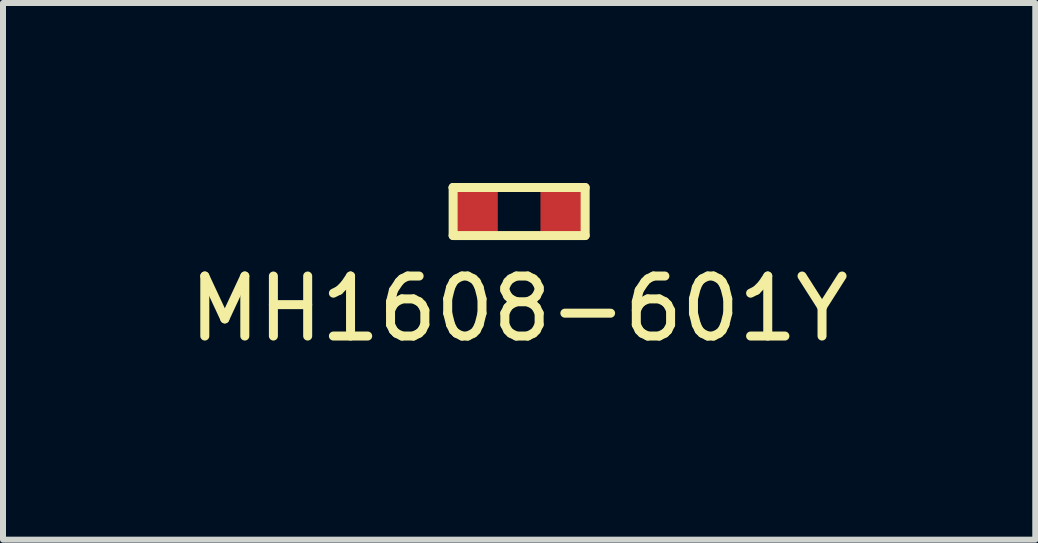
<source format=kicad_pcb>
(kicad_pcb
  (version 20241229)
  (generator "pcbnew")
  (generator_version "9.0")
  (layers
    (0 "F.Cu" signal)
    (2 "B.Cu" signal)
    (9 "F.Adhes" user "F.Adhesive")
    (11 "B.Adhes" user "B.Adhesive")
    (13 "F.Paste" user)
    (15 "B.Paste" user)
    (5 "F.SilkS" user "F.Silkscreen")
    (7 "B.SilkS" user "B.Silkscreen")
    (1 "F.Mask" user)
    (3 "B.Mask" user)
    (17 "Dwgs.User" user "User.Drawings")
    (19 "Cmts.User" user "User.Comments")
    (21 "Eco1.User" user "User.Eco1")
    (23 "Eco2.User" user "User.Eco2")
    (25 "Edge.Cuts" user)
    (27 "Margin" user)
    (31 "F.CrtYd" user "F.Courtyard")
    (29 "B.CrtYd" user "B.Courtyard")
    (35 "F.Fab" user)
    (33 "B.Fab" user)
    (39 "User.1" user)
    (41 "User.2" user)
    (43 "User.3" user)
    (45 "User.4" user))
  (footprint "MH1608-601Y"
    (layer "F.Cu")
    (at 5.601 0.475)
    (property "Reference" "MH1608-601Y" (at 0 1.62 0) (layer "F.SilkS") (effects (font (size 1 1) (thickness 0.15))))
    (attr through_hole)
    (fp_line (start -1.1 -0.4) (end -1.1 -0.4) (stroke (width 0.15) (type solid)) (layer "F.SilkS"))
    (fp_line (start -1.1 -0.4) (end 1.1 -0.4) (stroke (width 0.15) (type solid)) (layer "F.SilkS"))
    (fp_line (start -1.1 0.4) (end -1.1 -0.4) (stroke (width 0.15) (type solid)) (layer "F.SilkS"))
    (fp_line (start 1.1 -0.4) (end 1.1 0.4) (stroke (width 0.15) (type solid)) (layer "F.SilkS"))
    (fp_line (start 1.1 0.4) (end -1.1 0.4) (stroke (width 0.15) (type solid)) (layer "F.SilkS"))
    (pad "1" smd rect (at -0.711 0) (size 0.711 0.711) (layers "F.Cu" "F.Mask" "F.Paste"))
    (pad "2" smd rect (at 0.711 0) (size 0.711 0.711) (layers "F.Cu" "F.Mask" "F.Paste")))
  (gr_rect
    (start -3 -3)
    (end 14.202 5.943)
    (stroke (width 0.1) (type default))
    (fill no)
    (layer "Edge.Cuts")))
</source>
